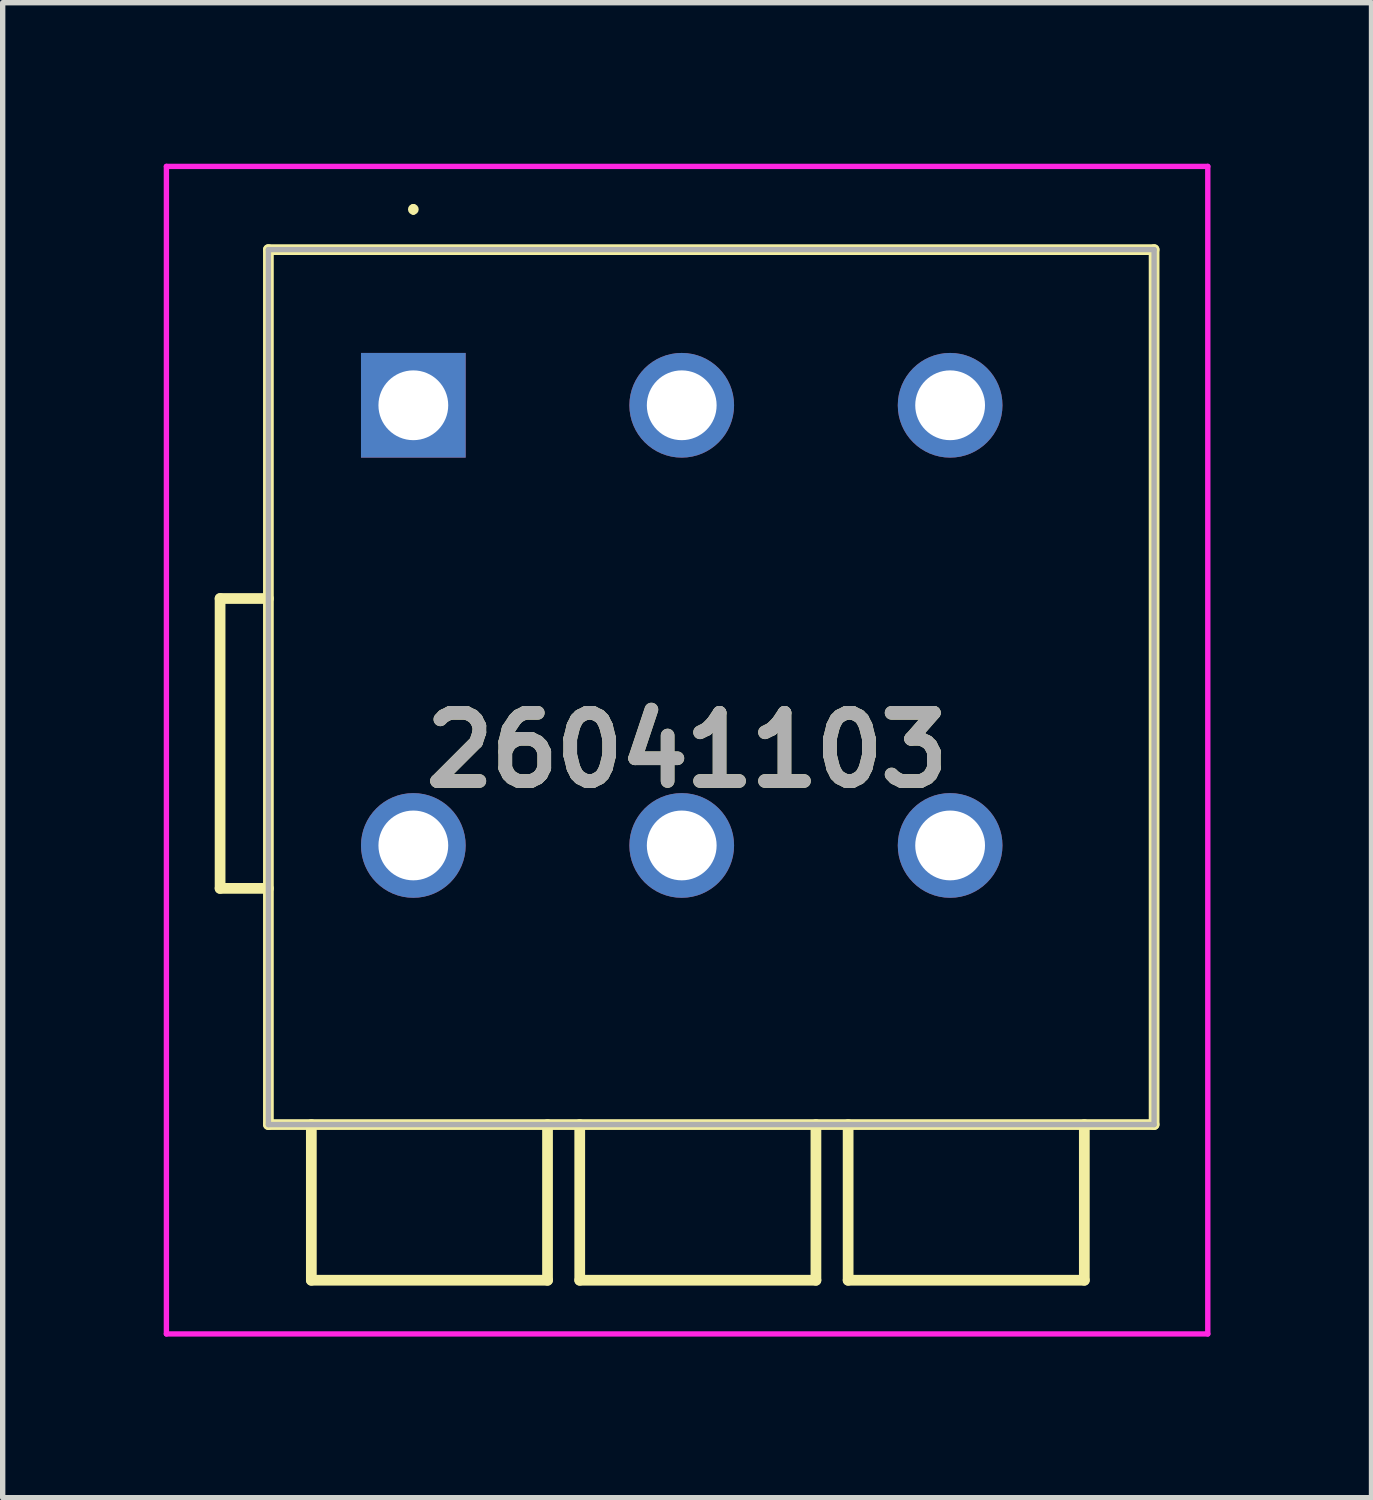
<source format=kicad_pcb>
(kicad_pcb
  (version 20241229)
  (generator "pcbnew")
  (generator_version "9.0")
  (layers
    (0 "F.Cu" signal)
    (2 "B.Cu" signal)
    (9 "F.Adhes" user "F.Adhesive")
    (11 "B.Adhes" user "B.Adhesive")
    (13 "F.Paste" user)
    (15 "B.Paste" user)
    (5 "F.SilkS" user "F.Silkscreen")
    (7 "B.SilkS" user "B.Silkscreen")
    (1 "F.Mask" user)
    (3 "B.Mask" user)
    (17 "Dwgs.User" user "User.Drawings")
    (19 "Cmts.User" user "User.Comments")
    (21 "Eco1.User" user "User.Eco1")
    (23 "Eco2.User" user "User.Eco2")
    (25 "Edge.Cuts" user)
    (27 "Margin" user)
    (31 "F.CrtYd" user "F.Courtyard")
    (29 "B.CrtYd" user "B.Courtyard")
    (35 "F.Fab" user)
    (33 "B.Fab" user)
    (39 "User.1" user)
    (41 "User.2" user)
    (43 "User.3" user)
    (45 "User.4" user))
  (footprint "26041103"
    (layer "F.Cu")
    (at 4.65 4.5)
    (property "Reference" "26041103" (at 5.1 6.425 0) (layer "F.SilkS") (effects (font (size 1.27 1.27) (thickness 0.254))))
    (attr through_hole)
    (fp_line (start -3.6 3.6) (end -3.6 9) (stroke (width 0.2) (type solid)) (layer "F.SilkS"))
    (fp_line (start -3.6 9) (end -2.7 9) (stroke (width 0.2) (type solid)) (layer "F.SilkS"))
    (fp_line (start -2.7 -2.9) (end 13.8 -2.9) (stroke (width 0.2) (type solid)) (layer "F.SilkS"))
    (fp_line (start -2.7 3.6) (end -3.6 3.6) (stroke (width 0.2) (type solid)) (layer "F.SilkS"))
    (fp_line (start -2.7 13.4) (end -2.7 -2.9) (stroke (width 0.2) (type solid)) (layer "F.SilkS"))
    (fp_line (start -1.9 13.4) (end -1.9 16.3) (stroke (width 0.2) (type solid)) (layer "F.SilkS"))
    (fp_line (start -1.9 16.3) (end 2.5 16.3) (stroke (width 0.2) (type solid)) (layer "F.SilkS"))
    (fp_line (start 0 -3.7) (end 0 -3.7) (stroke (width 0.1) (type solid)) (layer "F.SilkS"))
    (fp_line (start 0 -3.6) (end 0 -3.6) (stroke (width 0.1) (type solid)) (layer "F.SilkS"))
    (fp_line (start 2.5 16.3) (end 2.5 13.4) (stroke (width 0.2) (type solid)) (layer "F.SilkS"))
    (fp_line (start 3.1 13.4) (end 3.1 16.3) (stroke (width 0.2) (type solid)) (layer "F.SilkS"))
    (fp_line (start 3.1 16.3) (end 7.5 16.3) (stroke (width 0.2) (type solid)) (layer "F.SilkS"))
    (fp_line (start 7.5 16.3) (end 7.5 13.4) (stroke (width 0.2) (type solid)) (layer "F.SilkS"))
    (fp_line (start 8.1 13.4) (end 8.1 16.3) (stroke (width 0.2) (type solid)) (layer "F.SilkS"))
    (fp_line (start 8.1 16.3) (end 12.5 16.3) (stroke (width 0.2) (type solid)) (layer "F.SilkS"))
    (fp_line (start 12.5 16.3) (end 12.5 13.4) (stroke (width 0.2) (type solid)) (layer "F.SilkS"))
    (fp_line (start 13.8 -2.9) (end 13.8 13.4) (stroke (width 0.2) (type solid)) (layer "F.SilkS"))
    (fp_line (start 13.8 13.4) (end -2.7 13.4) (stroke (width 0.2) (type solid)) (layer "F.SilkS"))
    (fp_arc (start 0 -3.7) (mid 0.05 -3.65) (end 0 -3.6) (stroke (width 0.1) (type solid)) (layer "F.SilkS"))
    (fp_arc (start 0 -3.6) (mid -0.05 -3.65) (end 0 -3.7) (stroke (width 0.1) (type solid)) (layer "F.SilkS"))
    (fp_line (start -4.6 -4.45) (end 14.8 -4.45) (stroke (width 0.1) (type solid)) (layer "F.CrtYd"))
    (fp_line (start -4.6 17.3) (end -4.6 -4.45) (stroke (width 0.1) (type solid)) (layer "F.CrtYd"))
    (fp_line (start 14.8 -4.45) (end 14.8 17.3) (stroke (width 0.1) (type solid)) (layer "F.CrtYd"))
    (fp_line (start 14.8 17.3) (end -4.6 17.3) (stroke (width 0.1) (type solid)) (layer "F.CrtYd"))
    (fp_line (start -2.7 -2.9) (end 13.8 -2.9) (stroke (width 0.1) (type solid)) (layer "F.Fab"))
    (fp_line (start -2.7 13.4) (end -2.7 -2.9) (stroke (width 0.1) (type solid)) (layer "F.Fab"))
    (fp_line (start 13.8 -2.9) (end 13.8 13.4) (stroke (width 0.1) (type solid)) (layer "F.Fab"))
    (fp_line (start 13.8 13.4) (end -2.7 13.4) (stroke (width 0.1) (type solid)) (layer "F.Fab"))
    (fp_text user "${REFERENCE}" (at 5.1 6.425 0) (layer "F.Fab") (effects (font (size 1.27 1.27) (thickness 0.254))))
    (pad "1" thru_hole rect (at 0 0) (size 1.95 1.95) (drill 1.3) (layers "*.Cu" "*.Mask"))
    (pad "2" thru_hole circle (at 0 8.2) (size 1.95 1.95) (drill 1.3) (layers "*.Cu" "*.Mask"))
    (pad "3" thru_hole circle (at 5 0) (size 1.95 1.95) (drill 1.3) (layers "*.Cu" "*.Mask"))
    (pad "4" thru_hole circle (at 5 8.2) (size 1.95 1.95) (drill 1.3) (layers "*.Cu" "*.Mask"))
    (pad "5" thru_hole circle (at 10 0) (size 1.95 1.95) (drill 1.3) (layers "*.Cu" "*.Mask"))
    (pad "6" thru_hole circle (at 10 8.2) (size 1.95 1.95) (drill 1.3) (layers "*.Cu" "*.Mask")))
  (gr_rect
    (start -3 -3)
    (end 22.5 24.85)
    (stroke (width 0.1) (type default))
    (fill no)
    (layer "Edge.Cuts")))
</source>
